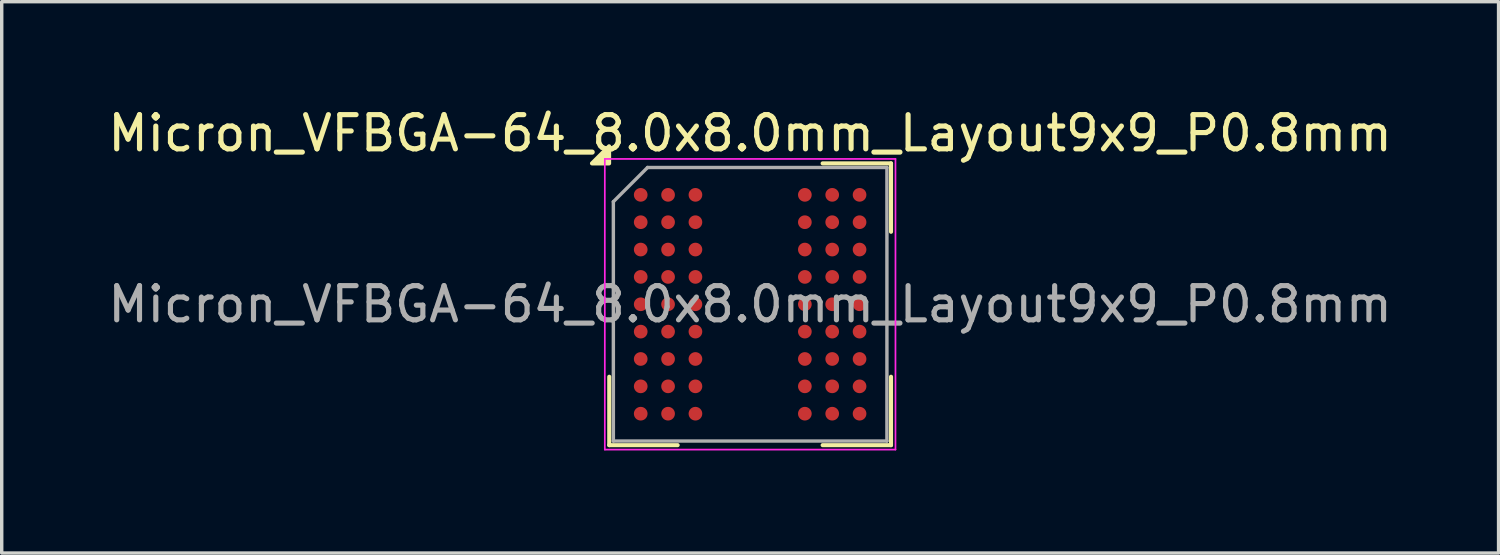
<source format=kicad_pcb>
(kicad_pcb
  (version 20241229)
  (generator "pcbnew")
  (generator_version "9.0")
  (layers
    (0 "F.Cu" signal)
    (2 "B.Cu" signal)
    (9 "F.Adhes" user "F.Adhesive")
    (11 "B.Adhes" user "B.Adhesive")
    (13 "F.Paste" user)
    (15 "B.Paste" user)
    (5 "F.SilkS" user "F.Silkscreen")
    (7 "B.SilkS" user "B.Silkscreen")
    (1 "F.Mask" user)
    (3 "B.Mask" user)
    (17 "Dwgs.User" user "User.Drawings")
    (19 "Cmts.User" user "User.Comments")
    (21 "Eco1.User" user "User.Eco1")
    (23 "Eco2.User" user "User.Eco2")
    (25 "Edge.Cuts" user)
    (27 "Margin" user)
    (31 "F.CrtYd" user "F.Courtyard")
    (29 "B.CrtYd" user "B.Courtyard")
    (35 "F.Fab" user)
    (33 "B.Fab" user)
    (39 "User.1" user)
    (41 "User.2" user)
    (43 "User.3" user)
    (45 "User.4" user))
  (footprint "Micron_VFBGA-64_8.0x8.0mm_Layout9x9_P0.8mm"
    (layer "F.Cu")
    (at 18.887 5.848)
    (property "Reference" "Micron_VFBGA-64_8.0x8.0mm_Layout9x9_P0.8mm" (at 0 -5 0) (layer "F.SilkS") (effects (font (size 1 1) (thickness 0.15))))
    (attr smd)
    (fp_line (start -4.12 4.12) (end -4.12 2.12) (stroke (width 0.12) (type default)) (layer "F.SilkS"))
    (fp_line (start -2.12 4.12) (end -4.12 4.12) (stroke (width 0.12) (type default)) (layer "F.SilkS"))
    (fp_line (start 2.12 -4.12) (end 4.12 -4.12) (stroke (width 0.12) (type default)) (layer "F.SilkS"))
    (fp_line (start 2.12 4.12) (end 4.12 4.12) (stroke (width 0.12) (type default)) (layer "F.SilkS"))
    (fp_line (start 4.12 -4.12) (end 4.12 -2.12) (stroke (width 0.12) (type default)) (layer "F.SilkS"))
    (fp_line (start 4.12 4.12) (end 4.12 2.12) (stroke (width 0.12) (type default)) (layer "F.SilkS"))
    (fp_poly (pts (xy -4.125 -4.12) (xy -4.625 -4.12) (xy -4.125 -4.62) (xy -4.125 -4.12)) (stroke (width 0.12) (type solid)) (fill yes) (layer "F.SilkS"))
    (fp_line (start -4.25 -4.25) (end 4.25 -4.25) (stroke (width 0.05) (type default)) (layer "F.CrtYd"))
    (fp_line (start -4.25 4.25) (end -4.25 -4.25) (stroke (width 0.05) (type default)) (layer "F.CrtYd"))
    (fp_line (start 4.25 -4.25) (end 4.25 4.25) (stroke (width 0.05) (type default)) (layer "F.CrtYd"))
    (fp_line (start 4.25 4.25) (end -4.25 4.25) (stroke (width 0.05) (type default)) (layer "F.CrtYd"))
    (fp_line (start -4 -3) (end -4 4) (stroke (width 0.1) (type default)) (layer "F.Fab"))
    (fp_line (start -4 4) (end 4 4) (stroke (width 0.1) (type default)) (layer "F.Fab"))
    (fp_line (start -3 -4) (end -4 -3) (stroke (width 0.1) (type default)) (layer "F.Fab"))
    (fp_line (start 4 -4) (end -3 -4) (stroke (width 0.1) (type default)) (layer "F.Fab"))
    (fp_line (start 4 4) (end 4 -4) (stroke (width 0.1) (type default)) (layer "F.Fab"))
    (fp_text user "${REFERENCE}" (at 0 0 0) (layer "F.Fab") (effects (font (size 1 1) (thickness 0.15))))
    (pad "A1" smd circle (at -3.2 -3.2) (size 0.4 0.4) (layers "F.Cu" "F.Mask" "F.Paste"))
    (pad "A2" smd circle (at -2.4 -3.2) (size 0.4 0.4) (layers "F.Cu" "F.Mask" "F.Paste"))
    (pad "A3" smd circle (at -1.6 -3.2) (size 0.4 0.4) (layers "F.Cu" "F.Mask" "F.Paste"))
    (pad "A7" smd circle (at 1.6 -3.2) (size 0.4 0.4) (layers "F.Cu" "F.Mask" "F.Paste"))
    (pad "A8" smd circle (at 2.4 -3.2) (size 0.4 0.4) (layers "F.Cu" "F.Mask" "F.Paste"))
    (pad "A9" smd circle (at 3.2 -3.2) (size 0.4 0.4) (layers "F.Cu" "F.Mask" "F.Paste"))
    (pad "B1" smd circle (at -3.2 -2.4) (size 0.4 0.4) (layers "F.Cu" "F.Mask" "F.Paste"))
    (pad "B2" smd circle (at -2.4 -2.4) (size 0.4 0.4) (layers "F.Cu" "F.Mask" "F.Paste"))
    (pad "B3" smd circle (at -1.6 -2.4) (size 0.4 0.4) (layers "F.Cu" "F.Mask" "F.Paste"))
    (pad "B7" smd circle (at 1.6 -2.4) (size 0.4 0.4) (layers "F.Cu" "F.Mask" "F.Paste"))
    (pad "B8" smd circle (at 2.4 -2.4) (size 0.4 0.4) (layers "F.Cu" "F.Mask" "F.Paste"))
    (pad "B9" smd circle (at 3.2 -2.4) (size 0.4 0.4) (layers "F.Cu" "F.Mask" "F.Paste"))
    (pad "C1" smd circle (at -3.2 -1.6) (size 0.4 0.4) (layers "F.Cu" "F.Mask" "F.Paste"))
    (pad "C2" smd circle (at -2.4 -1.6) (size 0.4 0.4) (layers "F.Cu" "F.Mask" "F.Paste"))
    (pad "C3" smd circle (at -1.6 -1.6) (size 0.4 0.4) (layers "F.Cu" "F.Mask" "F.Paste"))
    (pad "C7" smd circle (at 1.6 -1.6) (size 0.4 0.4) (layers "F.Cu" "F.Mask" "F.Paste"))
    (pad "C8" smd circle (at 2.4 -1.6) (size 0.4 0.4) (layers "F.Cu" "F.Mask" "F.Paste"))
    (pad "C9" smd circle (at 3.2 -1.6) (size 0.4 0.4) (layers "F.Cu" "F.Mask" "F.Paste"))
    (pad "D1" smd circle (at -3.2 -0.8) (size 0.4 0.4) (layers "F.Cu" "F.Mask" "F.Paste"))
    (pad "D2" smd circle (at -2.4 -0.8) (size 0.4 0.4) (layers "F.Cu" "F.Mask" "F.Paste"))
    (pad "D3" smd circle (at -1.6 -0.8) (size 0.4 0.4) (layers "F.Cu" "F.Mask" "F.Paste"))
    (pad "D7" smd circle (at 1.6 -0.8) (size 0.4 0.4) (layers "F.Cu" "F.Mask" "F.Paste"))
    (pad "D8" smd circle (at 2.4 -0.8) (size 0.4 0.4) (layers "F.Cu" "F.Mask" "F.Paste"))
    (pad "D9" smd circle (at 3.2 -0.8) (size 0.4 0.4) (layers "F.Cu" "F.Mask" "F.Paste"))
    (pad "E1" smd circle (at -3.2 0) (size 0.4 0.4) (layers "F.Cu" "F.Mask" "F.Paste"))
    (pad "E2" smd circle (at -2.4 0) (size 0.4 0.4) (layers "F.Cu" "F.Mask" "F.Paste"))
    (pad "E3" smd circle (at -1.6 0) (size 0.4 0.4) (layers "F.Cu" "F.Mask" "F.Paste"))
    (pad "E7" smd circle (at 1.6 0) (size 0.4 0.4) (layers "F.Cu" "F.Mask" "F.Paste"))
    (pad "E8" smd circle (at 2.4 0) (size 0.4 0.4) (layers "F.Cu" "F.Mask" "F.Paste"))
    (pad "E9" smd circle (at 3.2 0) (size 0.4 0.4) (layers "F.Cu" "F.Mask" "F.Paste"))
    (pad "F1" smd circle (at -3.2 0.8) (size 0.4 0.4) (layers "F.Cu" "F.Mask" "F.Paste"))
    (pad "F2" smd circle (at -2.4 0.8) (size 0.4 0.4) (layers "F.Cu" "F.Mask" "F.Paste"))
    (pad "F3" smd circle (at -1.6 0.8) (size 0.4 0.4) (layers "F.Cu" "F.Mask" "F.Paste"))
    (pad "F7" smd circle (at 1.6 0.8) (size 0.4 0.4) (layers "F.Cu" "F.Mask" "F.Paste"))
    (pad "F8" smd circle (at 2.4 0.8) (size 0.4 0.4) (layers "F.Cu" "F.Mask" "F.Paste"))
    (pad "F9" smd circle (at 3.2 0.8) (size 0.4 0.4) (layers "F.Cu" "F.Mask" "F.Paste"))
    (pad "G1" smd circle (at -3.2 1.6) (size 0.4 0.4) (layers "F.Cu" "F.Mask" "F.Paste"))
    (pad "G2" smd circle (at -2.4 1.6) (size 0.4 0.4) (layers "F.Cu" "F.Mask" "F.Paste"))
    (pad "G3" smd circle (at -1.6 1.6) (size 0.4 0.4) (layers "F.Cu" "F.Mask" "F.Paste"))
    (pad "G7" smd circle (at 1.6 1.6) (size 0.4 0.4) (layers "F.Cu" "F.Mask" "F.Paste"))
    (pad "G8" smd circle (at 2.4 1.6) (size 0.4 0.4) (layers "F.Cu" "F.Mask" "F.Paste"))
    (pad "G9" smd circle (at 3.2 1.6) (size 0.4 0.4) (layers "F.Cu" "F.Mask" "F.Paste"))
    (pad "H1" smd circle (at -3.2 2.4) (size 0.4 0.4) (layers "F.Cu" "F.Mask" "F.Paste"))
    (pad "H2" smd circle (at -2.4 2.4) (size 0.4 0.4) (layers "F.Cu" "F.Mask" "F.Paste"))
    (pad "H3" smd circle (at -1.6 2.4) (size 0.4 0.4) (layers "F.Cu" "F.Mask" "F.Paste"))
    (pad "H7" smd circle (at 1.6 2.4) (size 0.4 0.4) (layers "F.Cu" "F.Mask" "F.Paste"))
    (pad "H8" smd circle (at 2.4 2.4) (size 0.4 0.4) (layers "F.Cu" "F.Mask" "F.Paste"))
    (pad "H9" smd circle (at 3.2 2.4) (size 0.4 0.4) (layers "F.Cu" "F.Mask" "F.Paste"))
    (pad "J1" smd circle (at -3.2 3.2) (size 0.4 0.4) (layers "F.Cu" "F.Mask" "F.Paste"))
    (pad "J2" smd circle (at -2.4 3.2) (size 0.4 0.4) (layers "F.Cu" "F.Mask" "F.Paste"))
    (pad "J3" smd circle (at -1.6 3.2) (size 0.4 0.4) (layers "F.Cu" "F.Mask" "F.Paste"))
    (pad "J7" smd circle (at 1.6 3.2) (size 0.4 0.4) (layers "F.Cu" "F.Mask" "F.Paste"))
    (pad "J8" smd circle (at 2.4 3.2) (size 0.4 0.4) (layers "F.Cu" "F.Mask" "F.Paste"))
    (pad "J9" smd circle (at 3.2 3.2) (size 0.4 0.4) (layers "F.Cu" "F.Mask" "F.Paste")))
  (gr_rect
    (start -3 -3)
    (end 40.774 13.123)
    (stroke (width 0.1) (type default))
    (fill no)
    (layer "Edge.Cuts")))
</source>
